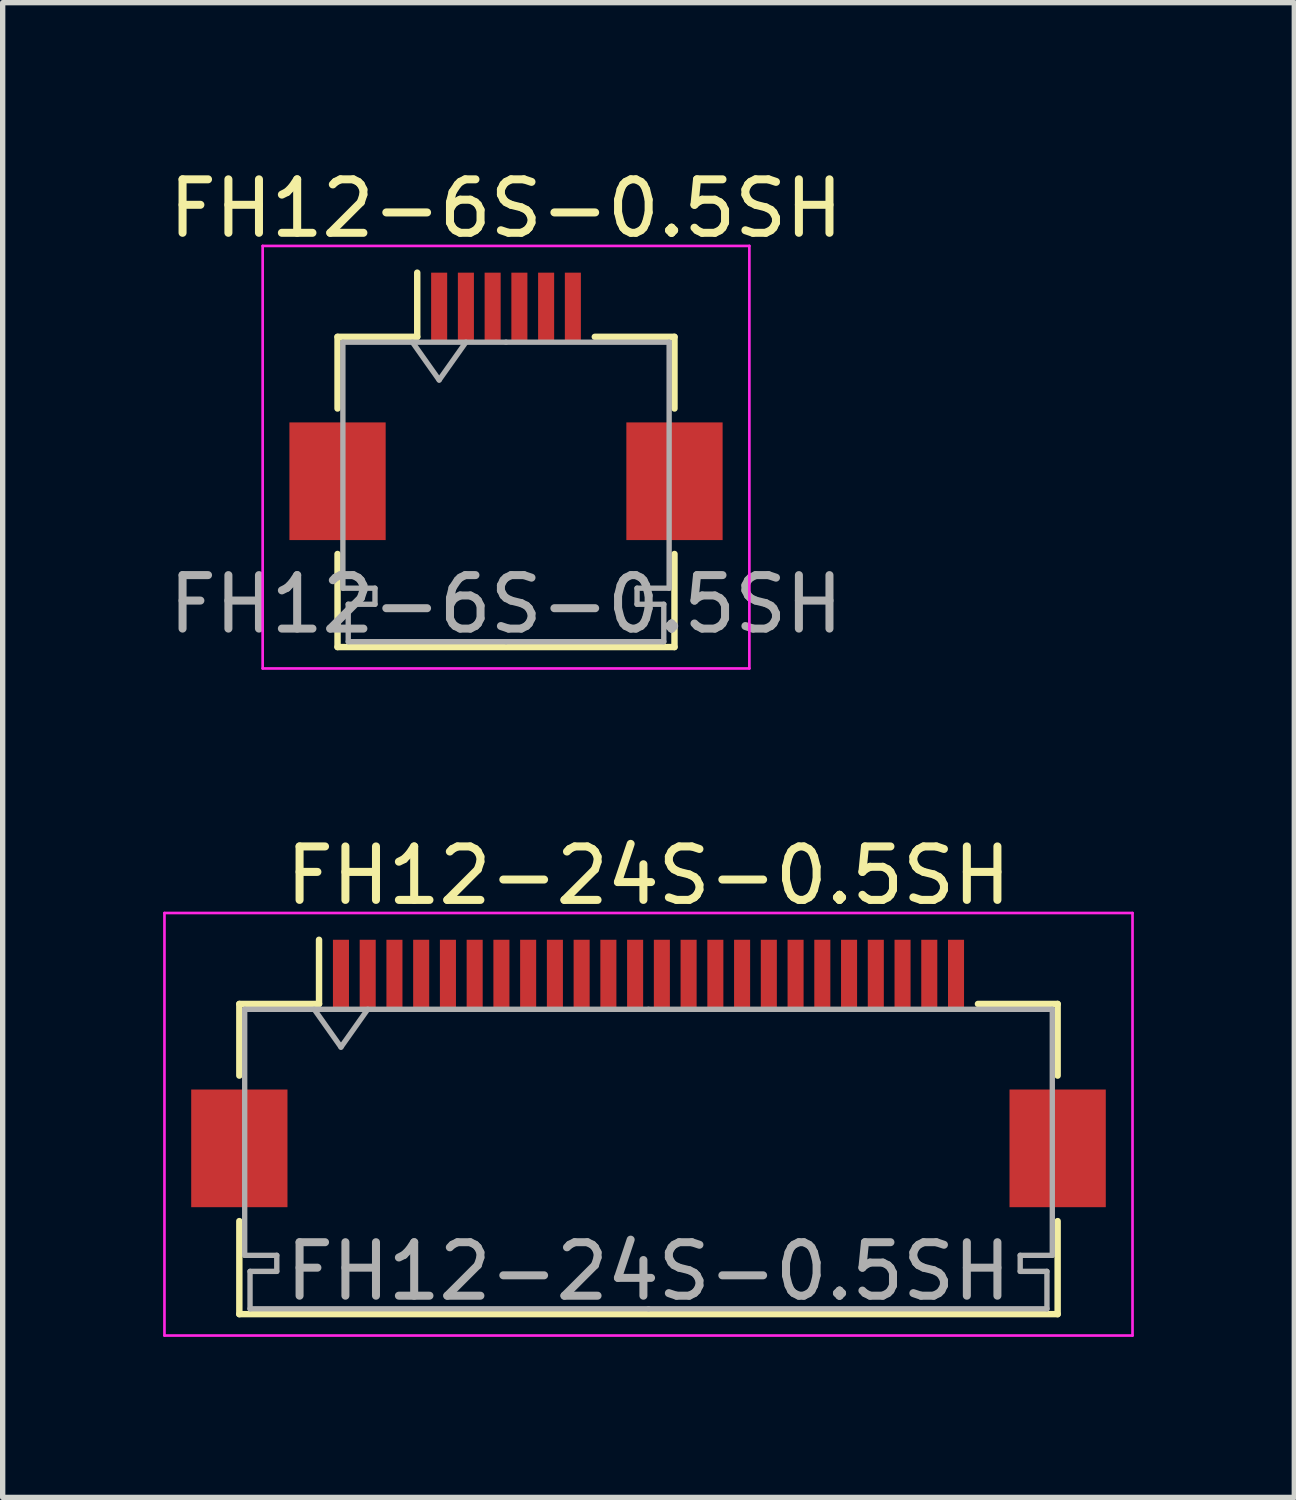
<source format=kicad_pcb>
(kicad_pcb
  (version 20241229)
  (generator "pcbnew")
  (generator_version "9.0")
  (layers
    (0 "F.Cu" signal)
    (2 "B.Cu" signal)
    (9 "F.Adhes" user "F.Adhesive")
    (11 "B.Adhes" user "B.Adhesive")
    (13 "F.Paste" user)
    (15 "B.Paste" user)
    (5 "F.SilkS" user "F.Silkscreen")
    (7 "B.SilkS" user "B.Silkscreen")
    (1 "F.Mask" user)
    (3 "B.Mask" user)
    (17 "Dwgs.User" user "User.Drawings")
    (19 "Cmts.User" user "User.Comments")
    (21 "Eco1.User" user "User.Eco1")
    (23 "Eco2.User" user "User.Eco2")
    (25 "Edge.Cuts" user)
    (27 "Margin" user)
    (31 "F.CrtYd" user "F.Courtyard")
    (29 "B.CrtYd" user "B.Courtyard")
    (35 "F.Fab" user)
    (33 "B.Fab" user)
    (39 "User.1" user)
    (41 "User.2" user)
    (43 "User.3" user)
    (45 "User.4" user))
  (footprint "FH12-24S-0.5SH"
    (layer "F.Cu")
    (at 9.075 17.021)
    (property "Reference" "FH12-24S-0.5SH" (at 0 -3.7 0) (layer "F.SilkS") (effects (font (size 1 1) (thickness 0.15))))
    (attr smd)
    (fp_line (start -7.65 -1.3) (end -7.65 0.04) (stroke (width 0.12) (type solid)) (layer "F.SilkS"))
    (fp_line (start -7.65 2.76) (end -7.65 4.5) (stroke (width 0.12) (type solid)) (layer "F.SilkS"))
    (fp_line (start -7.65 4.5) (end 7.65 4.5) (stroke (width 0.12) (type solid)) (layer "F.SilkS"))
    (fp_line (start -6.16 -1.3) (end -7.65 -1.3) (stroke (width 0.12) (type solid)) (layer "F.SilkS"))
    (fp_line (start -6.16 -1.3) (end -6.16 -2.5) (stroke (width 0.12) (type solid)) (layer "F.SilkS"))
    (fp_line (start 6.16 -1.3) (end 7.65 -1.3) (stroke (width 0.12) (type solid)) (layer "F.SilkS"))
    (fp_line (start 7.65 -1.3) (end 7.65 0.04) (stroke (width 0.12) (type solid)) (layer "F.SilkS"))
    (fp_line (start 7.65 4.5) (end 7.65 2.76) (stroke (width 0.12) (type solid)) (layer "F.SilkS"))
    (fp_line (start -9.05 -3) (end -9.05 4.9) (stroke (width 0.05) (type solid)) (layer "F.CrtYd"))
    (fp_line (start -9.05 4.9) (end 9.05 4.9) (stroke (width 0.05) (type solid)) (layer "F.CrtYd"))
    (fp_line (start 9.05 -3) (end -9.05 -3) (stroke (width 0.05) (type solid)) (layer "F.CrtYd"))
    (fp_line (start 9.05 4.9) (end 9.05 -3) (stroke (width 0.05) (type solid)) (layer "F.CrtYd"))
    (fp_line (start -7.55 -1.2) (end -7.55 3.4) (stroke (width 0.1) (type solid)) (layer "F.Fab"))
    (fp_line (start -7.55 3.4) (end -6.95 3.4) (stroke (width 0.1) (type solid)) (layer "F.Fab"))
    (fp_line (start -7.45 3.7) (end -7.45 4.4) (stroke (width 0.1) (type solid)) (layer "F.Fab"))
    (fp_line (start -7.45 4.4) (end 0 4.4) (stroke (width 0.1) (type solid)) (layer "F.Fab"))
    (fp_line (start -6.95 3.4) (end -6.95 3.7) (stroke (width 0.1) (type solid)) (layer "F.Fab"))
    (fp_line (start -6.95 3.7) (end -7.45 3.7) (stroke (width 0.1) (type solid)) (layer "F.Fab"))
    (fp_line (start -6.25 -1.2) (end -5.75 -0.493) (stroke (width 0.1) (type solid)) (layer "F.Fab"))
    (fp_line (start -5.75 -0.493) (end -5.25 -1.2) (stroke (width 0.1) (type solid)) (layer "F.Fab"))
    (fp_line (start 0 -1.2) (end -7.55 -1.2) (stroke (width 0.1) (type solid)) (layer "F.Fab"))
    (fp_line (start 0 -1.2) (end 7.55 -1.2) (stroke (width 0.1) (type solid)) (layer "F.Fab"))
    (fp_line (start 6.95 3.4) (end 6.95 3.7) (stroke (width 0.1) (type solid)) (layer "F.Fab"))
    (fp_line (start 6.95 3.7) (end 7.45 3.7) (stroke (width 0.1) (type solid)) (layer "F.Fab"))
    (fp_line (start 7.45 3.7) (end 7.45 4.4) (stroke (width 0.1) (type solid)) (layer "F.Fab"))
    (fp_line (start 7.45 4.4) (end 0 4.4) (stroke (width 0.1) (type solid)) (layer "F.Fab"))
    (fp_line (start 7.55 -1.2) (end 7.55 3.4) (stroke (width 0.1) (type solid)) (layer "F.Fab"))
    (fp_line (start 7.55 3.4) (end 6.95 3.4) (stroke (width 0.1) (type solid)) (layer "F.Fab"))
    (fp_text user "${REFERENCE}" (at 0 3.7 0) (layer "F.Fab") (effects (font (size 1 1) (thickness 0.15))))
    (pad "1" smd rect (at -5.75 -1.85) (size 0.3 1.3) (layers "F.Cu" "F.Mask" "F.Paste"))
    (pad "2" smd rect (at -5.25 -1.85) (size 0.3 1.3) (layers "F.Cu" "F.Mask" "F.Paste"))
    (pad "3" smd rect (at -4.75 -1.85) (size 0.3 1.3) (layers "F.Cu" "F.Mask" "F.Paste"))
    (pad "4" smd rect (at -4.25 -1.85) (size 0.3 1.3) (layers "F.Cu" "F.Mask" "F.Paste"))
    (pad "5" smd rect (at -3.75 -1.85) (size 0.3 1.3) (layers "F.Cu" "F.Mask" "F.Paste"))
    (pad "6" smd rect (at -3.25 -1.85) (size 0.3 1.3) (layers "F.Cu" "F.Mask" "F.Paste"))
    (pad "7" smd rect (at -2.75 -1.85) (size 0.3 1.3) (layers "F.Cu" "F.Mask" "F.Paste"))
    (pad "8" smd rect (at -2.25 -1.85) (size 0.3 1.3) (layers "F.Cu" "F.Mask" "F.Paste"))
    (pad "9" smd rect (at -1.75 -1.85) (size 0.3 1.3) (layers "F.Cu" "F.Mask" "F.Paste"))
    (pad "10" smd rect (at -1.25 -1.85) (size 0.3 1.3) (layers "F.Cu" "F.Mask" "F.Paste"))
    (pad "11" smd rect (at -0.75 -1.85) (size 0.3 1.3) (layers "F.Cu" "F.Mask" "F.Paste"))
    (pad "12" smd rect (at -0.25 -1.85) (size 0.3 1.3) (layers "F.Cu" "F.Mask" "F.Paste"))
    (pad "13" smd rect (at 0.25 -1.85) (size 0.3 1.3) (layers "F.Cu" "F.Mask" "F.Paste"))
    (pad "14" smd rect (at 0.75 -1.85) (size 0.3 1.3) (layers "F.Cu" "F.Mask" "F.Paste"))
    (pad "15" smd rect (at 1.25 -1.85) (size 0.3 1.3) (layers "F.Cu" "F.Mask" "F.Paste"))
    (pad "16" smd rect (at 1.75 -1.85) (size 0.3 1.3) (layers "F.Cu" "F.Mask" "F.Paste"))
    (pad "17" smd rect (at 2.25 -1.85) (size 0.3 1.3) (layers "F.Cu" "F.Mask" "F.Paste"))
    (pad "18" smd rect (at 2.75 -1.85) (size 0.3 1.3) (layers "F.Cu" "F.Mask" "F.Paste"))
    (pad "19" smd rect (at 3.25 -1.85) (size 0.3 1.3) (layers "F.Cu" "F.Mask" "F.Paste"))
    (pad "20" smd rect (at 3.75 -1.85) (size 0.3 1.3) (layers "F.Cu" "F.Mask" "F.Paste"))
    (pad "21" smd rect (at 4.25 -1.85) (size 0.3 1.3) (layers "F.Cu" "F.Mask" "F.Paste"))
    (pad "22" smd rect (at 4.75 -1.85) (size 0.3 1.3) (layers "F.Cu" "F.Mask" "F.Paste"))
    (pad "23" smd rect (at 5.25 -1.85) (size 0.3 1.3) (layers "F.Cu" "F.Mask" "F.Paste"))
    (pad "24" smd rect (at 5.75 -1.85) (size 0.3 1.3) (layers "F.Cu" "F.Mask" "F.Paste"))
    (pad "MP" smd rect (at -7.65 1.4) (size 1.8 2.2) (layers "F.Cu" "F.Mask" "F.Paste"))
    (pad "MP" smd rect (at 7.65 1.4) (size 1.8 2.2) (layers "F.Cu" "F.Mask" "F.Paste")))
  (footprint "FH12-6S-0.5SH"
    (layer "F.Cu")
    (at 6.411 4.548)
    (property "Reference" "FH12-6S-0.5SH" (at 0 -3.7 0) (layer "F.SilkS") (effects (font (size 1 1) (thickness 0.15))))
    (attr smd)
    (fp_line (start -3.15 -1.3) (end -3.15 0.04) (stroke (width 0.12) (type solid)) (layer "F.SilkS"))
    (fp_line (start -3.15 2.76) (end -3.15 4.5) (stroke (width 0.12) (type solid)) (layer "F.SilkS"))
    (fp_line (start -3.15 4.5) (end 3.15 4.5) (stroke (width 0.12) (type solid)) (layer "F.SilkS"))
    (fp_line (start -1.66 -1.3) (end -3.15 -1.3) (stroke (width 0.12) (type solid)) (layer "F.SilkS"))
    (fp_line (start -1.66 -1.3) (end -1.66 -2.5) (stroke (width 0.12) (type solid)) (layer "F.SilkS"))
    (fp_line (start 1.66 -1.3) (end 3.15 -1.3) (stroke (width 0.12) (type solid)) (layer "F.SilkS"))
    (fp_line (start 3.15 -1.3) (end 3.15 0.04) (stroke (width 0.12) (type solid)) (layer "F.SilkS"))
    (fp_line (start 3.15 4.5) (end 3.15 2.76) (stroke (width 0.12) (type solid)) (layer "F.SilkS"))
    (fp_line (start -4.55 -3) (end -4.55 4.9) (stroke (width 0.05) (type solid)) (layer "F.CrtYd"))
    (fp_line (start -4.55 4.9) (end 4.55 4.9) (stroke (width 0.05) (type solid)) (layer "F.CrtYd"))
    (fp_line (start 4.55 -3) (end -4.55 -3) (stroke (width 0.05) (type solid)) (layer "F.CrtYd"))
    (fp_line (start 4.55 4.9) (end 4.55 -3) (stroke (width 0.05) (type solid)) (layer "F.CrtYd"))
    (fp_line (start -3.05 -1.2) (end -3.05 3.4) (stroke (width 0.1) (type solid)) (layer "F.Fab"))
    (fp_line (start -3.05 3.4) (end -2.45 3.4) (stroke (width 0.1) (type solid)) (layer "F.Fab"))
    (fp_line (start -2.95 3.7) (end -2.95 4.4) (stroke (width 0.1) (type solid)) (layer "F.Fab"))
    (fp_line (start -2.95 4.4) (end 0 4.4) (stroke (width 0.1) (type solid)) (layer "F.Fab"))
    (fp_line (start -2.45 3.4) (end -2.45 3.7) (stroke (width 0.1) (type solid)) (layer "F.Fab"))
    (fp_line (start -2.45 3.7) (end -2.95 3.7) (stroke (width 0.1) (type solid)) (layer "F.Fab"))
    (fp_line (start -1.75 -1.2) (end -1.25 -0.493) (stroke (width 0.1) (type solid)) (layer "F.Fab"))
    (fp_line (start -1.25 -0.493) (end -0.75 -1.2) (stroke (width 0.1) (type solid)) (layer "F.Fab"))
    (fp_line (start 0 -1.2) (end -3.05 -1.2) (stroke (width 0.1) (type solid)) (layer "F.Fab"))
    (fp_line (start 0 -1.2) (end 3.05 -1.2) (stroke (width 0.1) (type solid)) (layer "F.Fab"))
    (fp_line (start 2.45 3.4) (end 2.45 3.7) (stroke (width 0.1) (type solid)) (layer "F.Fab"))
    (fp_line (start 2.45 3.7) (end 2.95 3.7) (stroke (width 0.1) (type solid)) (layer "F.Fab"))
    (fp_line (start 2.95 3.7) (end 2.95 4.4) (stroke (width 0.1) (type solid)) (layer "F.Fab"))
    (fp_line (start 2.95 4.4) (end 0 4.4) (stroke (width 0.1) (type solid)) (layer "F.Fab"))
    (fp_line (start 3.05 -1.2) (end 3.05 3.4) (stroke (width 0.1) (type solid)) (layer "F.Fab"))
    (fp_line (start 3.05 3.4) (end 2.45 3.4) (stroke (width 0.1) (type solid)) (layer "F.Fab"))
    (fp_text user "${REFERENCE}" (at 0 3.7 0) (layer "F.Fab") (effects (font (size 1 1) (thickness 0.15))))
    (pad "1" smd rect (at -1.25 -1.85) (size 0.3 1.3) (layers "F.Cu" "F.Mask" "F.Paste"))
    (pad "2" smd rect (at -0.75 -1.85) (size 0.3 1.3) (layers "F.Cu" "F.Mask" "F.Paste"))
    (pad "3" smd rect (at -0.25 -1.85) (size 0.3 1.3) (layers "F.Cu" "F.Mask" "F.Paste"))
    (pad "4" smd rect (at 0.25 -1.85) (size 0.3 1.3) (layers "F.Cu" "F.Mask" "F.Paste"))
    (pad "5" smd rect (at 0.75 -1.85) (size 0.3 1.3) (layers "F.Cu" "F.Mask" "F.Paste"))
    (pad "6" smd rect (at 1.25 -1.85) (size 0.3 1.3) (layers "F.Cu" "F.Mask" "F.Paste"))
    (pad "MP" smd rect (at -3.15 1.4) (size 1.8 2.2) (layers "F.Cu" "F.Mask" "F.Paste"))
    (pad "MP" smd rect (at 3.15 1.4) (size 1.8 2.2) (layers "F.Cu" "F.Mask" "F.Paste")))
  (gr_rect
    (start -3 -3)
    (end 21.15 24.947)
    (stroke (width 0.1) (type default))
    (fill no)
    (layer "Edge.Cuts")))
</source>
